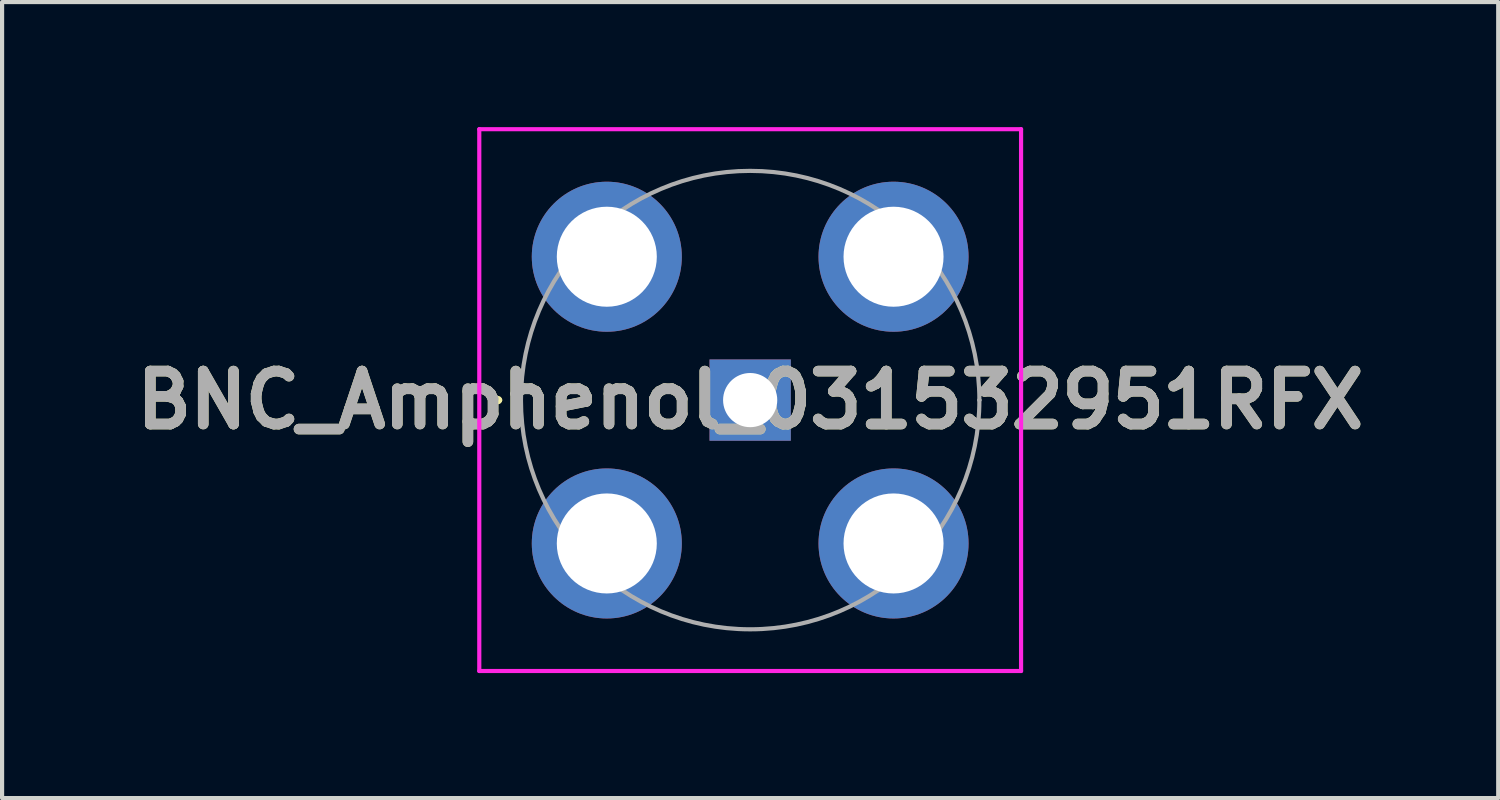
<source format=kicad_pcb>
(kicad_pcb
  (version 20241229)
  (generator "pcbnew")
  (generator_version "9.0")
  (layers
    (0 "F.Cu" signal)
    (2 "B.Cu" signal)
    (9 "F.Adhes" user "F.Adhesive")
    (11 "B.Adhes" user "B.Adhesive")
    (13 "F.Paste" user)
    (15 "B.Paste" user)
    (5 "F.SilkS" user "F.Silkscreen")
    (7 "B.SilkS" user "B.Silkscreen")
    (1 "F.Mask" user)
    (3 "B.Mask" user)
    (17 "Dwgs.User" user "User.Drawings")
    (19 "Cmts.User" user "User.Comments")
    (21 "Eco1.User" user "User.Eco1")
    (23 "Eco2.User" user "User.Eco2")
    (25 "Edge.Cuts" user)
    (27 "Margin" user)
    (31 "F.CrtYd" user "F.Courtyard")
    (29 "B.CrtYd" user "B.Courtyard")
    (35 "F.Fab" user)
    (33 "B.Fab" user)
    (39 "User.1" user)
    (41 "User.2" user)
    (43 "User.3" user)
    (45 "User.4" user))
  (footprint "BNC_Amphenol_031532951RFX"
    (layer "F.Cu")
    (at 14.95 6.55)
    (property "Reference" "BNC_Amphenol_031532951RFX" (at 0 0 0) (layer "F.SilkS") (effects (font (size 1.27 1.27) (thickness 0.254))))
    (attr through_hole)
    (fp_line (start -6.1 0) (end -6.1 0) (stroke (width 0.1) (type solid)) (layer "F.SilkS"))
    (fp_line (start -6 0) (end -6 0) (stroke (width 0.1) (type solid)) (layer "F.SilkS"))
    (fp_arc (start -6.1 0) (mid -6.05 -0.05) (end -6 0) (stroke (width 0.1) (type solid)) (layer "F.SilkS"))
    (fp_arc (start -6 0) (mid -6.05 0.05) (end -6.1 0) (stroke (width 0.1) (type solid)) (layer "F.SilkS"))
    (fp_line (start -6.5 -6.5) (end 6.5 -6.5) (stroke (width 0.1) (type solid)) (layer "F.CrtYd"))
    (fp_line (start -6.5 6.5) (end -6.5 -6.5) (stroke (width 0.1) (type solid)) (layer "F.CrtYd"))
    (fp_line (start 6.5 -6.5) (end 6.5 6.5) (stroke (width 0.1) (type solid)) (layer "F.CrtYd"))
    (fp_line (start 6.5 6.5) (end -6.5 6.5) (stroke (width 0.1) (type solid)) (layer "F.CrtYd"))
    (fp_line (start -5.5 0) (end -5.5 0) (stroke (width 0.1) (type solid)) (layer "F.Fab"))
    (fp_line (start 5.5 0) (end 5.5 0) (stroke (width 0.1) (type solid)) (layer "F.Fab"))
    (fp_arc (start -5.5 0) (mid 0 -5.5) (end 5.5 0) (stroke (width 0.1) (type solid)) (layer "F.Fab"))
    (fp_arc (start 5.5 0) (mid 0 5.5) (end -5.5 0) (stroke (width 0.1) (type solid)) (layer "F.Fab"))
    (fp_text user "${REFERENCE}" (at 0 0 0) (layer "F.Fab") (effects (font (size 1.27 1.27) (thickness 0.254))))
    (pad "1" thru_hole rect (at 0 0) (size 1.95 1.95) (drill 1.3) (layers "*.Cu" "*.Mask"))
    (pad "2" thru_hole circle (at -3.44 -3.44) (size 3.6 3.6) (drill 2.4) (layers "*.Cu" "*.Mask"))
    (pad "2" thru_hole circle (at -3.44 3.44) (size 3.6 3.6) (drill 2.4) (layers "*.Cu" "*.Mask"))
    (pad "2" thru_hole circle (at 3.44 -3.44) (size 3.6 3.6) (drill 2.4) (layers "*.Cu" "*.Mask"))
    (pad "2" thru_hole circle (at 3.44 3.44) (size 3.6 3.6) (drill 2.4) (layers "*.Cu" "*.Mask")))
  (gr_rect
    (start -3 -3)
    (end 32.899 16.1)
    (stroke (width 0.1) (type default))
    (fill no)
    (layer "Edge.Cuts")))
</source>
